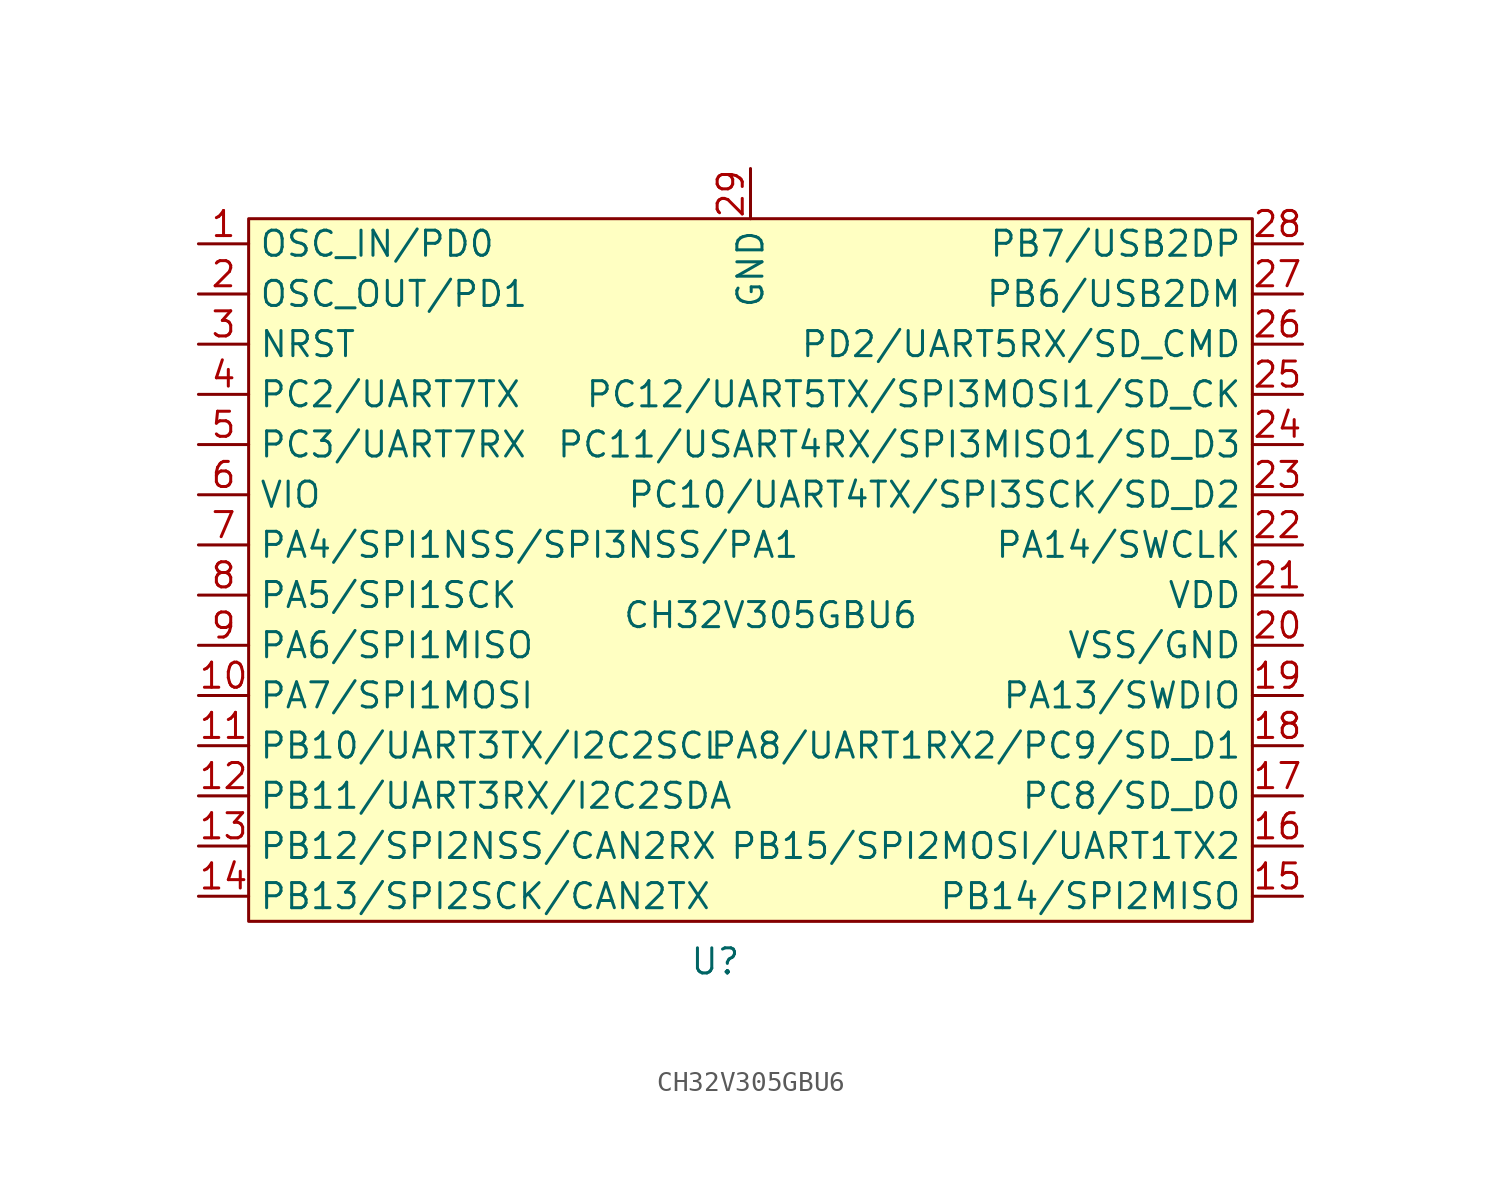
<source format=kicad_sym>
(kicad_symbol_lib
  (version 20241209)
  (generator "kicad_symbol_editor")
  (generator_version "9.0")
  (symbol "CH32V305GBU6"
    (property "Reference" "U"
      (at -1.778 -19.812 0)
      (effects (font (size 1.27 1.27))))
    (property "Value" "CH32V305GBU6"
      (at 1.016 -2.286 0)
      (effects (font (size 1.27 1.27))))
    (symbol "CH32V305GBU6_1_1"
      (rectangle (start -25.4 17.78) (end 25.4 -17.78) (stroke (width 0) (type default)) (fill (type background)))
      (pin bidirectional line (at -27.94 16.51 0) (length 2.54) (name "OSC_IN/PD0" (effects (font (size 1.27 1.27)))) (number "1" (effects (font (size 1.27 1.27)))))
      (pin bidirectional line (at -27.94 13.97 0) (length 2.54) (name "OSC_OUT/PD1" (effects (font (size 1.27 1.27)))) (number "2" (effects (font (size 1.27 1.27)))))
      (pin bidirectional line (at -27.94 11.43 0) (length 2.54) (name "NRST" (effects (font (size 1.27 1.27)))) (number "3" (effects (font (size 1.27 1.27)))))
      (pin bidirectional line (at -27.94 8.89 0) (length 2.54) (name "PC2/UART7TX" (effects (font (size 1.27 1.27)))) (number "4" (effects (font (size 1.27 1.27)))))
      (pin bidirectional line (at -27.94 6.35 0) (length 2.54) (name "PC3/UART7RX" (effects (font (size 1.27 1.27)))) (number "5" (effects (font (size 1.27 1.27)))))
      (pin bidirectional line (at -27.94 3.81 0) (length 2.54) (name "VIO" (effects (font (size 1.27 1.27)))) (number "6" (effects (font (size 1.27 1.27)))))
      (pin bidirectional line (at -27.94 1.27 0) (length 2.54) (name "PA4/SPI1NSS/SPI3NSS/PA1" (effects (font (size 1.27 1.27)))) (number "7" (effects (font (size 1.27 1.27)))))
      (pin bidirectional line (at -27.94 -1.27 0) (length 2.54) (name "PA5/SPI1SCK" (effects (font (size 1.27 1.27)))) (number "8" (effects (font (size 1.27 1.27)))))
      (pin bidirectional line (at -27.94 -3.81 0) (length 2.54) (name "PA6/SPI1MISO" (effects (font (size 1.27 1.27)))) (number "9" (effects (font (size 1.27 1.27)))))
      (pin bidirectional line (at -27.94 -6.35 0) (length 2.54) (name "PA7/SPI1MOSI" (effects (font (size 1.27 1.27)))) (number "10" (effects (font (size 1.27 1.27)))))
      (pin bidirectional line (at -27.94 -8.89 0) (length 2.54) (name "PB10/UART3TX/I2C2SCL" (effects (font (size 1.27 1.27)))) (number "11" (effects (font (size 1.27 1.27)))))
      (pin bidirectional line (at -27.94 -11.43 0) (length 2.54) (name "PB11/UART3RX/I2C2SDA" (effects (font (size 1.27 1.27)))) (number "12" (effects (font (size 1.27 1.27)))))
      (pin bidirectional line (at -27.94 -13.97 0) (length 2.54) (name "PB12/SPI2NSS/CAN2RX" (effects (font (size 1.27 1.27)))) (number "13" (effects (font (size 1.27 1.27)))))
      (pin bidirectional line (at -27.94 -16.51 0) (length 2.54) (name "PB13/SPI2SCK/CAN2TX" (effects (font (size 1.27 1.27)))) (number "14" (effects (font (size 1.27 1.27)))))
      (pin bidirectional line (at 0 20.32 270) (length 2.54) (name "GND" (effects (font (size 1.27 1.27)))) (number "29" (effects (font (size 1.27 1.27)))))
      (pin bidirectional line (at 27.94 16.51 180) (length 2.54) (name "PB7/USB2DP" (effects (font (size 1.27 1.27)))) (number "28" (effects (font (size 1.27 1.27)))))
      (pin bidirectional line (at 27.94 13.97 180) (length 2.54) (name "PB6/USB2DM" (effects (font (size 1.27 1.27)))) (number "27" (effects (font (size 1.27 1.27)))))
      (pin bidirectional line (at 27.94 11.43 180) (length 2.54) (name "PD2/UART5RX/SD_CMD" (effects (font (size 1.27 1.27)))) (number "26" (effects (font (size 1.27 1.27)))))
      (pin bidirectional line (at 27.94 8.89 180) (length 2.54) (name "PC12/UART5TX/SPI3MOSI1/SD_CK" (effects (font (size 1.27 1.27)))) (number "25" (effects (font (size 1.27 1.27)))))
      (pin bidirectional line (at 27.94 6.35 180) (length 2.54) (name "PC11/USART4RX/SPI3MISO1/SD_D3" (effects (font (size 1.27 1.27)))) (number "24" (effects (font (size 1.27 1.27)))))
      (pin bidirectional line (at 27.94 3.81 180) (length 2.54) (name "PC10/UART4TX/SPI3SCK/SD_D2" (effects (font (size 1.27 1.27)))) (number "23" (effects (font (size 1.27 1.27)))))
      (pin bidirectional line (at 27.94 1.27 180) (length 2.54) (name "PA14/SWCLK" (effects (font (size 1.27 1.27)))) (number "22" (effects (font (size 1.27 1.27)))))
      (pin bidirectional line (at 27.94 -1.27 180) (length 2.54) (name "VDD" (effects (font (size 1.27 1.27)))) (number "21" (effects (font (size 1.27 1.27)))))
      (pin bidirectional line (at 27.94 -3.81 180) (length 2.54) (name "VSS/GND" (effects (font (size 1.27 1.27)))) (number "20" (effects (font (size 1.27 1.27)))))
      (pin bidirectional line (at 27.94 -6.35 180) (length 2.54) (name "PA13/SWDIO" (effects (font (size 1.27 1.27)))) (number "19" (effects (font (size 1.27 1.27)))))
      (pin bidirectional line (at 27.94 -8.89 180) (length 2.54) (name "PA8/UART1RX2/PC9/SD_D1" (effects (font (size 1.27 1.27)))) (number "18" (effects (font (size 1.27 1.27)))))
      (pin bidirectional line (at 27.94 -11.43 180) (length 2.54) (name "PC8/SD_D0" (effects (font (size 1.27 1.27)))) (number "17" (effects (font (size 1.27 1.27)))))
      (pin bidirectional line (at 27.94 -13.97 180) (length 2.54) (name "PB15/SPI2MOSI/UART1TX2" (effects (font (size 1.27 1.27)))) (number "16" (effects (font (size 1.27 1.27)))))
      (pin bidirectional line (at 27.94 -16.51 180) (length 2.54) (name "PB14/SPI2MISO" (effects (font (size 1.27 1.27)))) (number "15" (effects (font (size 1.27 1.27))))))))
</source>
